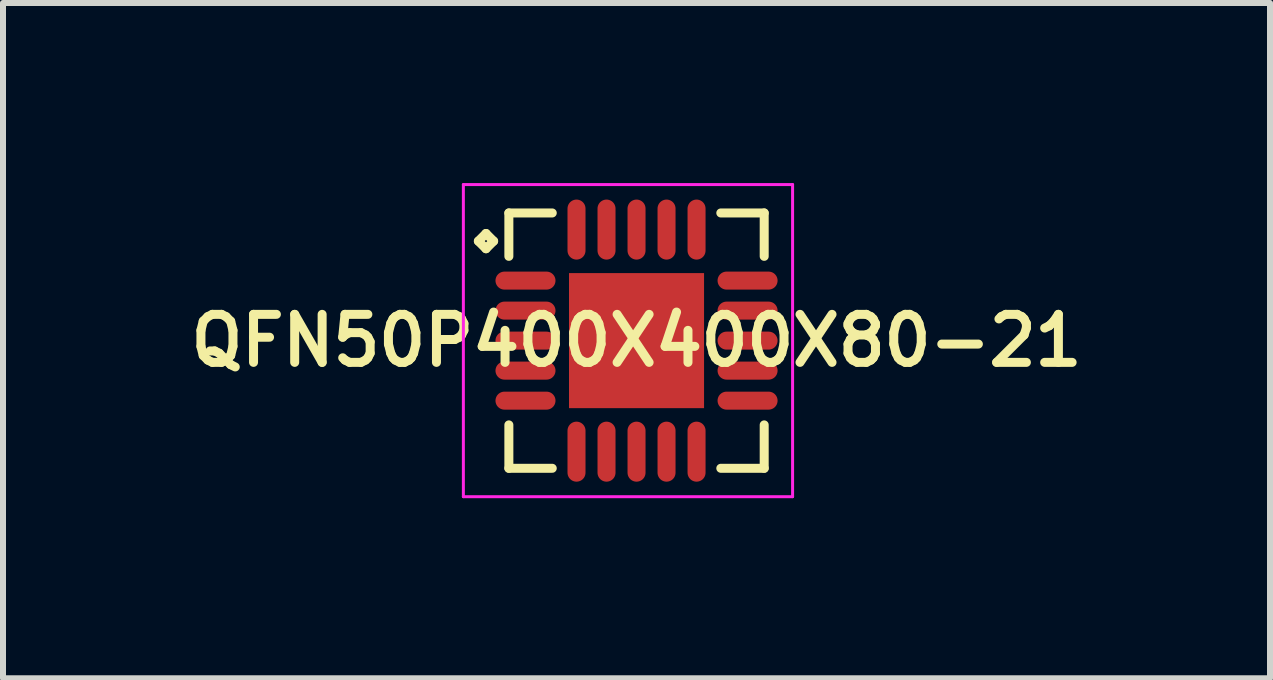
<source format=kicad_pcb>
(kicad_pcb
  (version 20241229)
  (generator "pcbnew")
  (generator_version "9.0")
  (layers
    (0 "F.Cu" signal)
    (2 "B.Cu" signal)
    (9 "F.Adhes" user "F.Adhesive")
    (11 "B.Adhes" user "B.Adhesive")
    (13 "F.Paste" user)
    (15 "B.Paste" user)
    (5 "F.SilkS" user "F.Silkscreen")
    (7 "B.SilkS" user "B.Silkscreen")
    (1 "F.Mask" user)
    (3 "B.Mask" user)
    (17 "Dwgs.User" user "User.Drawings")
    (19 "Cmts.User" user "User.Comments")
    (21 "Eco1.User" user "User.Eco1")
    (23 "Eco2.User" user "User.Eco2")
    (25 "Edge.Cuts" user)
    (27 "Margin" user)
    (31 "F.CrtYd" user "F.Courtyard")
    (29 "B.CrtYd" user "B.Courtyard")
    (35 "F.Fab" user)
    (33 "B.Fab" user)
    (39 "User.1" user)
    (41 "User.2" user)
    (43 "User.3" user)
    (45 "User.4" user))
  (footprint "QFN50P400X400X80-21"
    (layer "F.Cu")
    (at 7.555 2.625)
    (property "Reference" "QFN50P400X400X80-21" (at 0 0 0) (layer "F.SilkS") (effects (font (size 0.8 0.8) (thickness 0.15))))
    (attr smd)
    (fp_line (start -2.635 -1.658) (end -2.508 -1.785) (stroke (width 0.15) (type solid)) (layer "F.SilkS"))
    (fp_line (start -2.508 -1.785) (end -2.381 -1.658) (stroke (width 0.15) (type solid)) (layer "F.SilkS"))
    (fp_line (start -2.508 -1.531) (end -2.635 -1.658) (stroke (width 0.15) (type solid)) (layer "F.SilkS"))
    (fp_line (start -2.381 -1.658) (end -2.508 -1.531) (stroke (width 0.15) (type solid)) (layer "F.SilkS"))
    (fp_line (start -2.127 -2.127) (end -1.404 -2.127) (stroke (width 0.15) (type solid)) (layer "F.SilkS"))
    (fp_line (start -2.127 -1.404) (end -2.127 -2.127) (stroke (width 0.15) (type solid)) (layer "F.SilkS"))
    (fp_line (start -2.127 1.404) (end -2.127 2.127) (stroke (width 0.15) (type solid)) (layer "F.SilkS"))
    (fp_line (start -2.127 2.127) (end -1.404 2.127) (stroke (width 0.15) (type solid)) (layer "F.SilkS"))
    (fp_line (start 1.404 -2.127) (end 2.127 -2.127) (stroke (width 0.15) (type solid)) (layer "F.SilkS"))
    (fp_line (start 1.404 2.127) (end 2.127 2.127) (stroke (width 0.15) (type solid)) (layer "F.SilkS"))
    (fp_line (start 2.127 -2.127) (end 2.127 -1.404) (stroke (width 0.15) (type solid)) (layer "F.SilkS"))
    (fp_line (start 2.127 2.127) (end 2.127 1.404) (stroke (width 0.15) (type solid)) (layer "F.SilkS"))
    (fp_line (start -2.885 -2.6) (end 2.6 -2.6) (stroke (width 0.05) (type solid)) (layer "F.CrtYd"))
    (fp_line (start -2.885 2.6) (end -2.885 -2.6) (stroke (width 0.05) (type solid)) (layer "F.CrtYd"))
    (fp_line (start 2.6 -2.6) (end 2.6 2.6) (stroke (width 0.05) (type solid)) (layer "F.CrtYd"))
    (fp_line (start 2.6 2.6) (end -2.885 2.6) (stroke (width 0.05) (type solid)) (layer "F.CrtYd"))
    (pad "1" smd oval (at -1.85 -1) (size 1 0.3) (layers "F.Cu" "F.Mask" "F.Paste"))
    (pad "2" smd oval (at -1.85 -0.5) (size 1 0.3) (layers "F.Cu" "F.Mask" "F.Paste"))
    (pad "3" smd oval (at -1.85 0) (size 1 0.3) (layers "F.Cu" "F.Mask" "F.Paste"))
    (pad "4" smd oval (at -1.85 0.5) (size 1 0.3) (layers "F.Cu" "F.Mask" "F.Paste"))
    (pad "5" smd oval (at -1.85 1) (size 1 0.3) (layers "F.Cu" "F.Mask" "F.Paste"))
    (pad "6" smd oval (at -1 1.85) (size 0.3 1) (layers "F.Cu" "F.Mask" "F.Paste"))
    (pad "7" smd oval (at -0.5 1.85) (size 0.3 1) (layers "F.Cu" "F.Mask" "F.Paste"))
    (pad "8" smd oval (at 0 1.85) (size 0.3 1) (layers "F.Cu" "F.Mask" "F.Paste"))
    (pad "9" smd oval (at 0.5 1.85) (size 0.3 1) (layers "F.Cu" "F.Mask" "F.Paste"))
    (pad "10" smd oval (at 1 1.85) (size 0.3 1) (layers "F.Cu" "F.Mask" "F.Paste"))
    (pad "11" smd oval (at 1.85 1) (size 1 0.3) (layers "F.Cu" "F.Mask" "F.Paste"))
    (pad "12" smd oval (at 1.85 0.5) (size 1 0.3) (layers "F.Cu" "F.Mask" "F.Paste"))
    (pad "13" smd oval (at 1.85 0) (size 1 0.3) (layers "F.Cu" "F.Mask" "F.Paste"))
    (pad "14" smd oval (at 1.85 -0.5) (size 1 0.3) (layers "F.Cu" "F.Mask" "F.Paste"))
    (pad "15" smd oval (at 1.85 -1) (size 1 0.3) (layers "F.Cu" "F.Mask" "F.Paste"))
    (pad "16" smd oval (at 1 -1.85) (size 0.3 1) (layers "F.Cu" "F.Mask" "F.Paste"))
    (pad "17" smd oval (at 0.5 -1.85) (size 0.3 1) (layers "F.Cu" "F.Mask" "F.Paste"))
    (pad "18" smd oval (at 0 -1.85) (size 0.3 1) (layers "F.Cu" "F.Mask" "F.Paste"))
    (pad "19" smd oval (at -0.5 -1.85) (size 0.3 1) (layers "F.Cu" "F.Mask" "F.Paste"))
    (pad "20" smd oval (at -1 -1.85) (size 0.3 1) (layers "F.Cu" "F.Mask" "F.Paste"))
    (pad "21" smd rect (at 0 0) (size 2.25 2.25) (layers "F.Cu" "F.Mask" "F.Paste")))
  (gr_rect
    (start -3 -3)
    (end 18.109 8.25)
    (stroke (width 0.1) (type default))
    (fill no)
    (layer "Edge.Cuts")))
</source>
